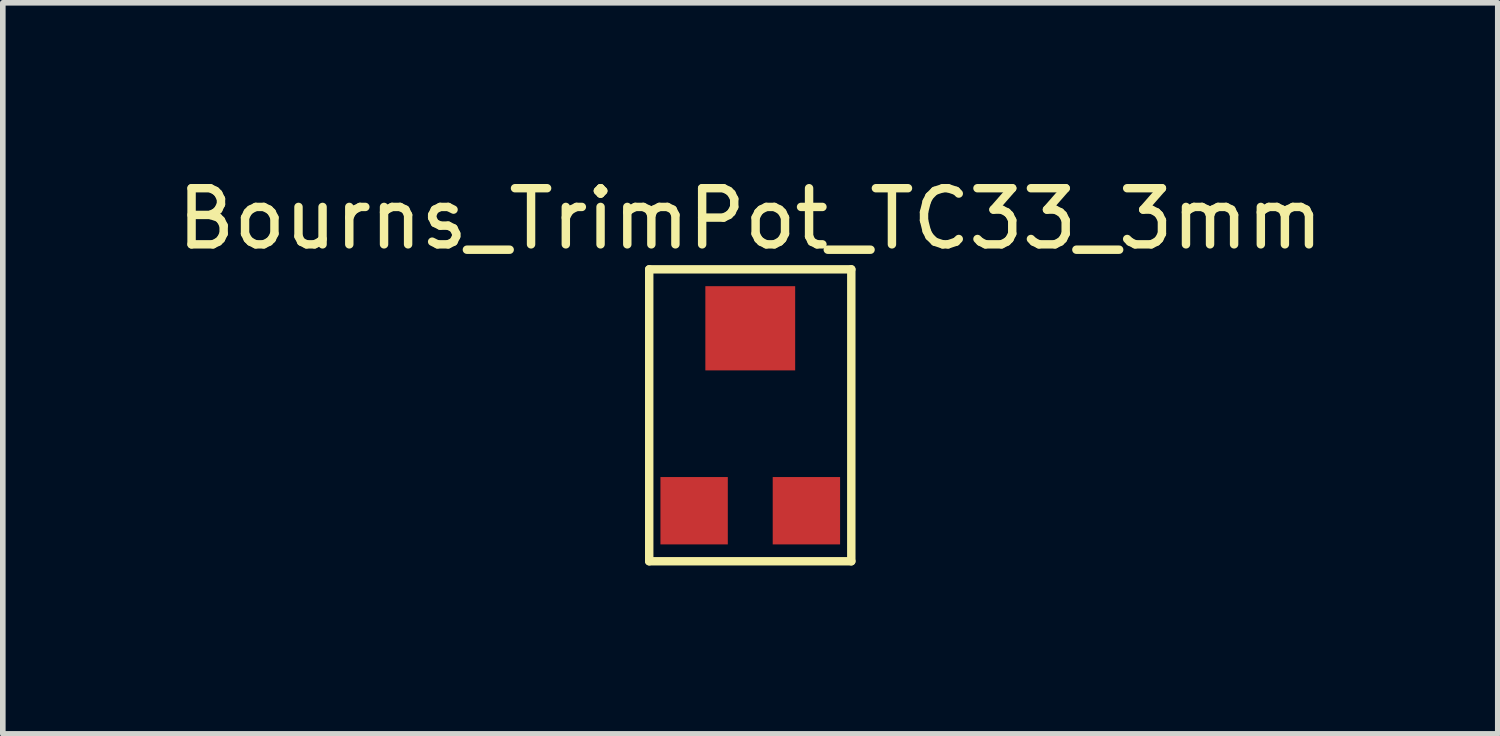
<source format=kicad_pcb>
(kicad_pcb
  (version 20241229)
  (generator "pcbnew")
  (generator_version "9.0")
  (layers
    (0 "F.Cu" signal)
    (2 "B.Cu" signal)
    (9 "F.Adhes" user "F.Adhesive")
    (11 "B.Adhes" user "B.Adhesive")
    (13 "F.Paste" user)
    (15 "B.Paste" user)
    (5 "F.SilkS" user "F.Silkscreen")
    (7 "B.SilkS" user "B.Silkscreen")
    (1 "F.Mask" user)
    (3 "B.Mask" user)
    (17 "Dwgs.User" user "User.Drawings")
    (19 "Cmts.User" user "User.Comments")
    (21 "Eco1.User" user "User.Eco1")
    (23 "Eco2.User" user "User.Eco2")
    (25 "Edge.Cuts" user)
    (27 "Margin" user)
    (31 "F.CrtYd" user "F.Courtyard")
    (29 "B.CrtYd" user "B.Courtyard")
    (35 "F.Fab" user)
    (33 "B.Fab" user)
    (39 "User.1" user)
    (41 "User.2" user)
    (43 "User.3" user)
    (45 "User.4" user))
  (footprint "Bourns_TrimPot_TC33_3mm"
    (layer "F.Cu")
    (at 10.315 4.248)
    (property "Reference" "Bourns_TrimPot_TC33_3mm" (at 0 -3.4 0) (layer "F.SilkS") (effects (font (size 1 1) (thickness 0.15))))
    (attr through_hole)
    (fp_line (start -1.8 -2.5) (end -1.8 2.7) (stroke (width 0.15) (type solid)) (layer "F.SilkS"))
    (fp_line (start -1.8 -2.5) (end 1.8 -2.5) (stroke (width 0.15) (type solid)) (layer "F.SilkS"))
    (fp_line (start -1.8 2.7) (end 1.8 2.7) (stroke (width 0.15) (type solid)) (layer "F.SilkS"))
    (fp_line (start 1.8 2.7) (end 1.8 -2.5) (stroke (width 0.15) (type solid)) (layer "F.SilkS"))
    (pad "1" smd rect (at -1 1.8) (size 1.2 1.2) (layers "F.Cu" "F.Mask" "F.Paste"))
    (pad "2" smd rect (at 0 -1.45) (size 1.6 1.5) (layers "F.Cu" "F.Mask" "F.Paste"))
    (pad "3" smd rect (at 1 1.8) (size 1.2 1.2) (layers "F.Cu" "F.Mask" "F.Paste")))
  (gr_rect
    (start -3 -3)
    (end 23.631 10.023)
    (stroke (width 0.1) (type default))
    (fill no)
    (layer "Edge.Cuts")))
</source>
